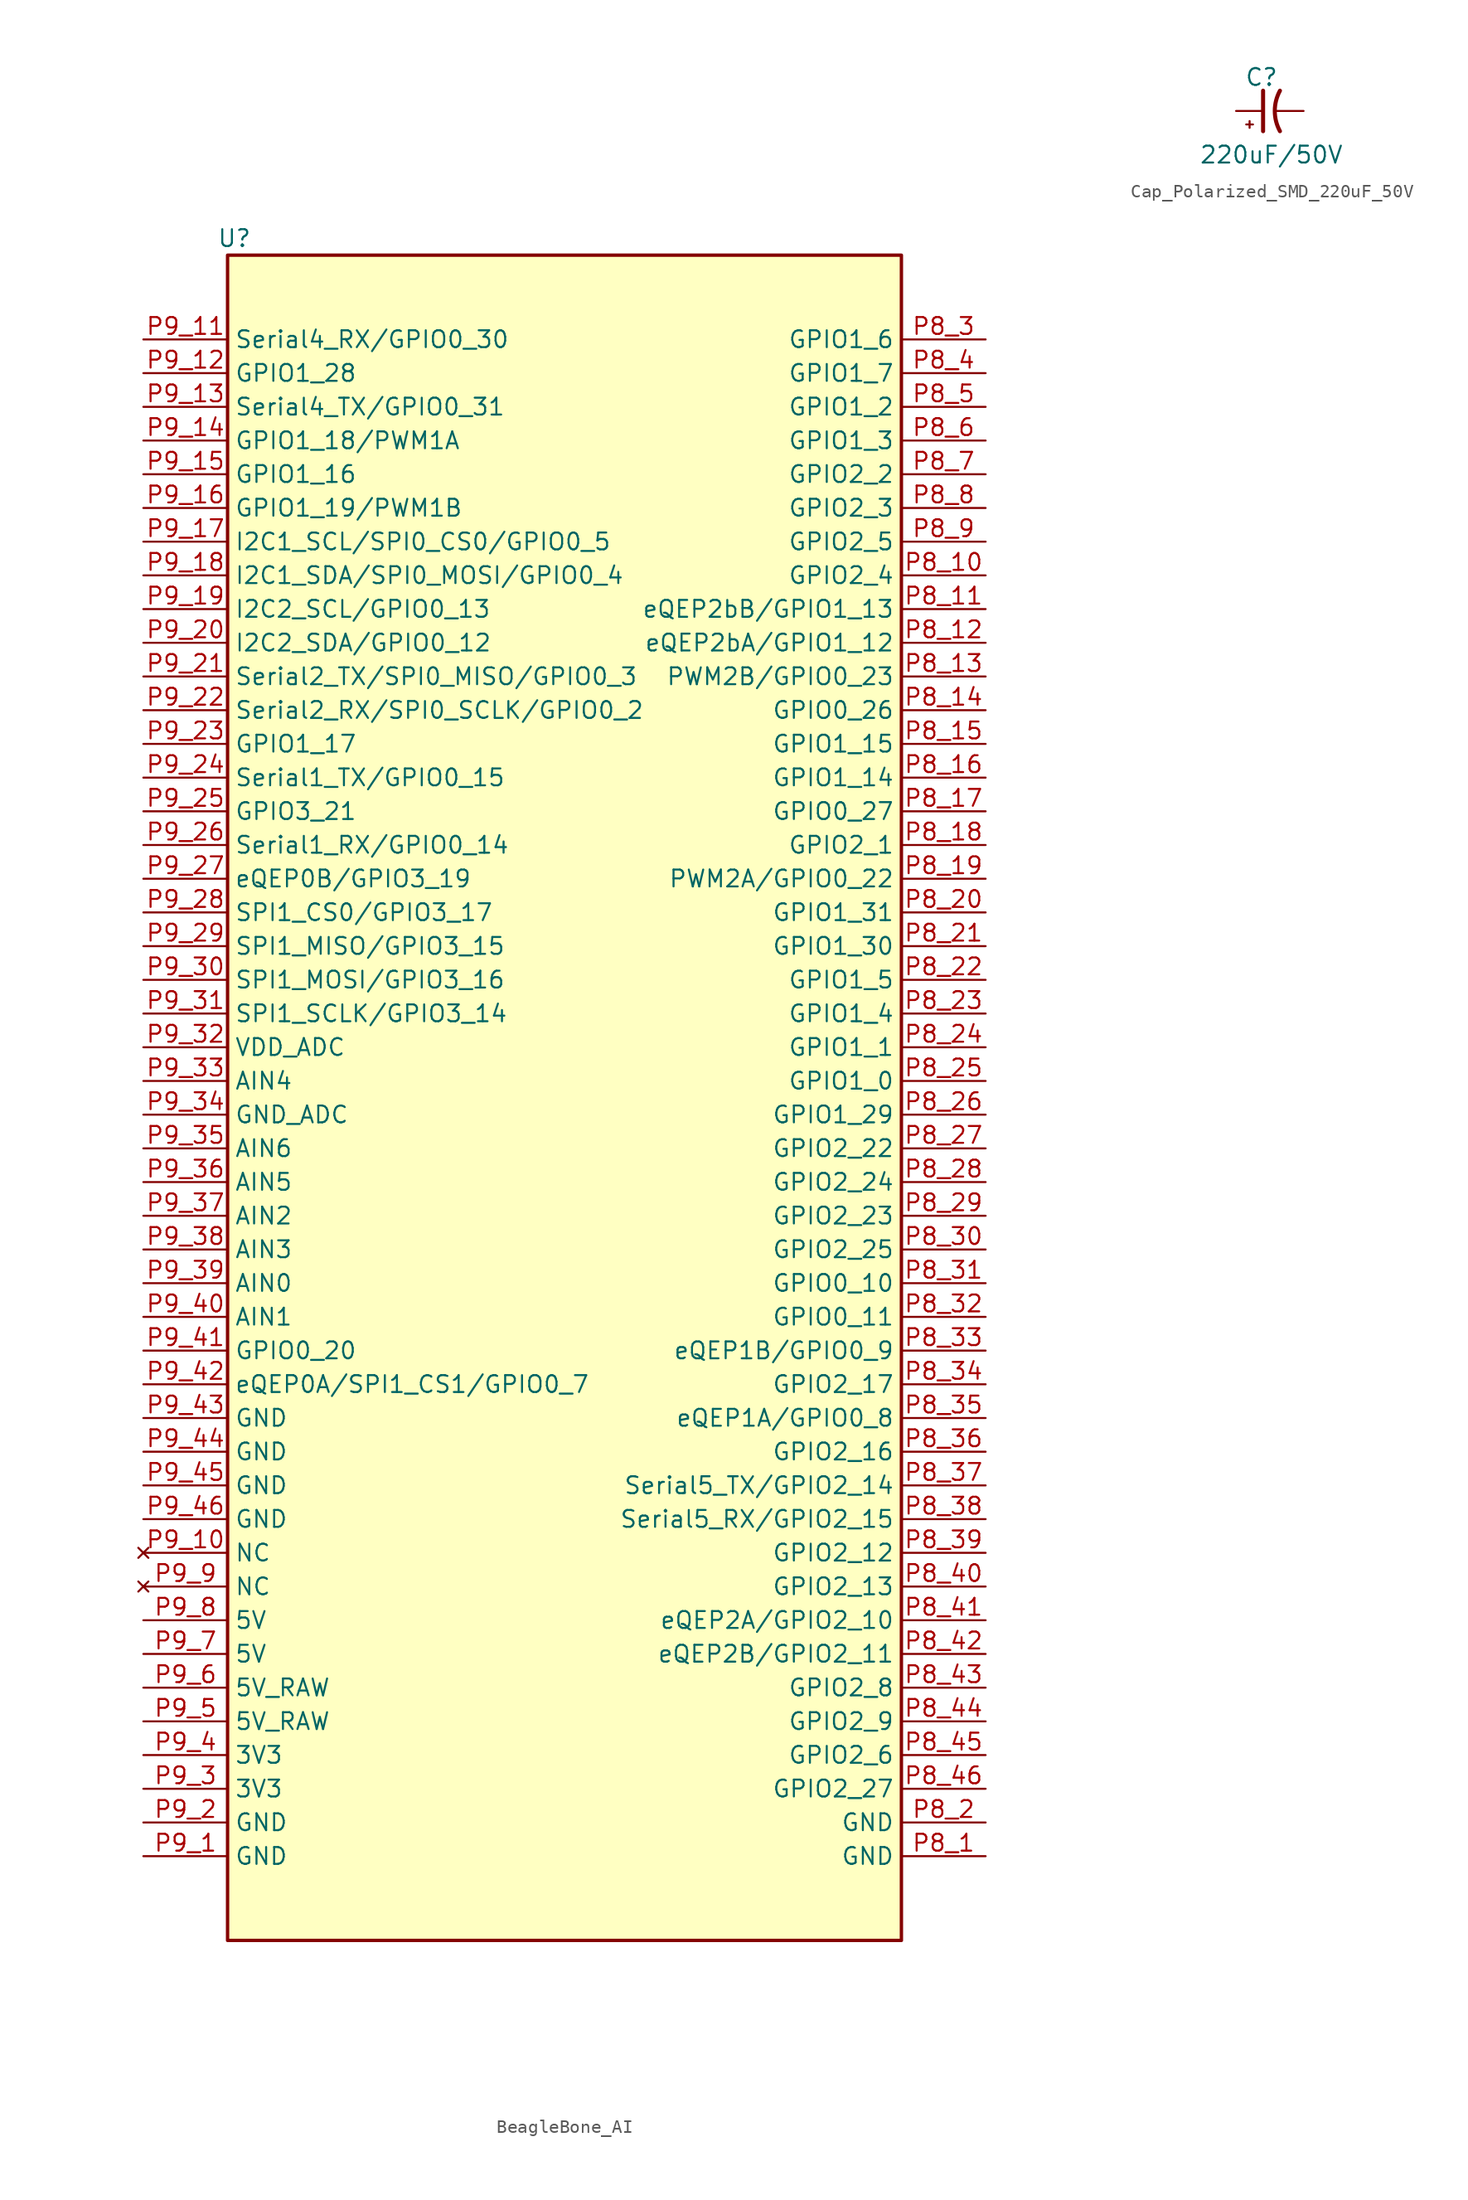
<source format=kicad_sym>
(kicad_symbol_lib
  (version 20241209)
  (generator "kicad_symbol_editor")
  (generator_version "9.0")
  (symbol "BeagleBone_AI"
    (property "Reference" "U"
      (at -24.892 64.77 0)
      (effects (font (size 1.27 1.27))))
    (property "Value" ""
      (at 0 0 0)
      (effects (font (size 1.27 1.27))))
    (symbol "BeagleBone_AI_0_1"
      (rectangle (start -25.4 63.5) (end 25.4 -63.5) (stroke (width 0.254) (type default)) (fill (type background))))
    (symbol "BeagleBone_AI_1_1"
      (pin bidirectional line (at -31.75 57.15 0) (length 6.35) (name "Serial4_RX/GPIO0_30" (effects (font (size 1.27 1.27)))) (number "P9_11" (effects (font (size 1.27 1.27)))))
      (pin bidirectional line (at -31.75 54.61 0) (length 6.35) (name "GPIO1_28" (effects (font (size 1.27 1.27)))) (number "P9_12" (effects (font (size 1.27 1.27)))))
      (pin bidirectional line (at -31.75 52.07 0) (length 6.35) (name "Serial4_TX/GPIO0_31" (effects (font (size 1.27 1.27)))) (number "P9_13" (effects (font (size 1.27 1.27)))))
      (pin bidirectional line (at -31.75 49.53 0) (length 6.35) (name "GPIO1_18/PWM1A" (effects (font (size 1.27 1.27)))) (number "P9_14" (effects (font (size 1.27 1.27)))))
      (pin bidirectional line (at -31.75 46.99 0) (length 6.35) (name "GPIO1_16" (effects (font (size 1.27 1.27)))) (number "P9_15" (effects (font (size 1.27 1.27)))))
      (pin bidirectional line (at -31.75 44.45 0) (length 6.35) (name "GPIO1_19/PWM1B" (effects (font (size 1.27 1.27)))) (number "P9_16" (effects (font (size 1.27 1.27)))))
      (pin bidirectional line (at -31.75 41.91 0) (length 6.35) (name "I2C1_SCL/SPI0_CS0/GPIO0_5" (effects (font (size 1.27 1.27)))) (number "P9_17" (effects (font (size 1.27 1.27)))))
      (pin bidirectional line (at -31.75 39.37 0) (length 6.35) (name "I2C1_SDA/SPI0_MOSI/GPIO0_4" (effects (font (size 1.27 1.27)))) (number "P9_18" (effects (font (size 1.27 1.27)))))
      (pin bidirectional line (at -31.75 36.83 0) (length 6.35) (name "I2C2_SCL/GPIO0_13" (effects (font (size 1.27 1.27)))) (number "P9_19" (effects (font (size 1.27 1.27)))))
      (pin bidirectional line (at -31.75 34.29 0) (length 6.35) (name "I2C2_SDA/GPIO0_12" (effects (font (size 1.27 1.27)))) (number "P9_20" (effects (font (size 1.27 1.27)))))
      (pin bidirectional line (at -31.75 31.75 0) (length 6.35) (name "Serial2_TX/SPI0_MISO/GPIO0_3" (effects (font (size 1.27 1.27)))) (number "P9_21" (effects (font (size 1.27 1.27)))))
      (pin bidirectional line (at -31.75 29.21 0) (length 6.35) (name "Serial2_RX/SPI0_SCLK/GPIO0_2" (effects (font (size 1.27 1.27)))) (number "P9_22" (effects (font (size 1.27 1.27)))))
      (pin bidirectional line (at -31.75 26.67 0) (length 6.35) (name "GPIO1_17" (effects (font (size 1.27 1.27)))) (number "P9_23" (effects (font (size 1.27 1.27)))))
      (pin bidirectional line (at -31.75 24.13 0) (length 6.35) (name "Serial1_TX/GPIO0_15" (effects (font (size 1.27 1.27)))) (number "P9_24" (effects (font (size 1.27 1.27)))))
      (pin bidirectional line (at -31.75 21.59 0) (length 6.35) (name "GPIO3_21" (effects (font (size 1.27 1.27)))) (number "P9_25" (effects (font (size 1.27 1.27)))))
      (pin bidirectional line (at -31.75 19.05 0) (length 6.35) (name "Serial1_RX/GPIO0_14" (effects (font (size 1.27 1.27)))) (number "P9_26" (effects (font (size 1.27 1.27)))))
      (pin bidirectional line (at -31.75 16.51 0) (length 6.35) (name "eQEP0B/GPIO3_19" (effects (font (size 1.27 1.27)))) (number "P9_27" (effects (font (size 1.27 1.27)))))
      (pin bidirectional line (at -31.75 13.97 0) (length 6.35) (name "SPI1_CS0/GPIO3_17" (effects (font (size 1.27 1.27)))) (number "P9_28" (effects (font (size 1.27 1.27)))))
      (pin bidirectional line (at -31.75 11.43 0) (length 6.35) (name "SPI1_MISO/GPIO3_15" (effects (font (size 1.27 1.27)))) (number "P9_29" (effects (font (size 1.27 1.27)))))
      (pin bidirectional line (at -31.75 8.89 0) (length 6.35) (name "SPI1_MOSI/GPIO3_16" (effects (font (size 1.27 1.27)))) (number "P9_30" (effects (font (size 1.27 1.27)))))
      (pin bidirectional line (at -31.75 6.35 0) (length 6.35) (name "SPI1_SCLK/GPIO3_14" (effects (font (size 1.27 1.27)))) (number "P9_31" (effects (font (size 1.27 1.27)))))
      (pin power_in line (at -31.75 3.81 0) (length 6.35) (name "VDD_ADC" (effects (font (size 1.27 1.27)))) (number "P9_32" (effects (font (size 1.27 1.27)))))
      (pin bidirectional line (at -31.75 1.27 0) (length 6.35) (name "AIN4" (effects (font (size 1.27 1.27)))) (number "P9_33" (effects (font (size 1.27 1.27)))))
      (pin passive line (at -31.75 -1.27 0) (length 6.35) (name "GND_ADC" (effects (font (size 1.27 1.27)))) (number "P9_34" (effects (font (size 1.27 1.27)))))
      (pin bidirectional line (at -31.75 -3.81 0) (length 6.35) (name "AIN6" (effects (font (size 1.27 1.27)))) (number "P9_35" (effects (font (size 1.27 1.27)))))
      (pin bidirectional line (at -31.75 -6.35 0) (length 6.35) (name "AIN5" (effects (font (size 1.27 1.27)))) (number "P9_36" (effects (font (size 1.27 1.27)))))
      (pin bidirectional line (at -31.75 -8.89 0) (length 6.35) (name "AIN2" (effects (font (size 1.27 1.27)))) (number "P9_37" (effects (font (size 1.27 1.27)))))
      (pin bidirectional line (at -31.75 -11.43 0) (length 6.35) (name "AIN3" (effects (font (size 1.27 1.27)))) (number "P9_38" (effects (font (size 1.27 1.27)))))
      (pin bidirectional line (at -31.75 -13.97 0) (length 6.35) (name "AIN0" (effects (font (size 1.27 1.27)))) (number "P9_39" (effects (font (size 1.27 1.27)))))
      (pin bidirectional line (at -31.75 -16.51 0) (length 6.35) (name "AIN1" (effects (font (size 1.27 1.27)))) (number "P9_40" (effects (font (size 1.27 1.27)))))
      (pin bidirectional line (at -31.75 -19.05 0) (length 6.35) (name "GPIO0_20" (effects (font (size 1.27 1.27)))) (number "P9_41" (effects (font (size 1.27 1.27)))))
      (pin bidirectional line (at -31.75 -21.59 0) (length 6.35) (name "eQEP0A/SPI1_CS1/GPIO0_7" (effects (font (size 1.27 1.27)))) (number "P9_42" (effects (font (size 1.27 1.27)))))
      (pin passive line (at -31.75 -24.13 0) (length 6.35) (name "GND" (effects (font (size 1.27 1.27)))) (number "P9_43" (effects (font (size 1.27 1.27)))))
      (pin passive line (at -31.75 -26.67 0) (length 6.35) (name "GND" (effects (font (size 1.27 1.27)))) (number "P9_44" (effects (font (size 1.27 1.27)))))
      (pin passive line (at -31.75 -29.21 0) (length 6.35) (name "GND" (effects (font (size 1.27 1.27)))) (number "P9_45" (effects (font (size 1.27 1.27)))))
      (pin passive line (at -31.75 -31.75 0) (length 6.35) (name "GND" (effects (font (size 1.27 1.27)))) (number "P9_46" (effects (font (size 1.27 1.27)))))
      (pin no_connect line (at -31.75 -34.29 0) (length 6.35) (name "NC" (effects (font (size 1.27 1.27)))) (number "P9_10" (effects (font (size 1.27 1.27)))))
      (pin no_connect line (at -31.75 -36.83 0) (length 6.35) (name "NC" (effects (font (size 1.27 1.27)))) (number "P9_9" (effects (font (size 1.27 1.27)))))
      (pin power_in line (at -31.75 -39.37 0) (length 6.35) (name "5V" (effects (font (size 1.27 1.27)))) (number "P9_8" (effects (font (size 1.27 1.27)))))
      (pin power_in line (at -31.75 -41.91 0) (length 6.35) (name "5V" (effects (font (size 1.27 1.27)))) (number "P9_7" (effects (font (size 1.27 1.27)))))
      (pin power_in line (at -31.75 -44.45 0) (length 6.35) (name "5V_RAW" (effects (font (size 1.27 1.27)))) (number "P9_6" (effects (font (size 1.27 1.27)))))
      (pin power_in line (at -31.75 -46.99 0) (length 6.35) (name "5V_RAW" (effects (font (size 1.27 1.27)))) (number "P9_5" (effects (font (size 1.27 1.27)))))
      (pin power_in line (at -31.75 -49.53 0) (length 6.35) (name "3V3" (effects (font (size 1.27 1.27)))) (number "P9_4" (effects (font (size 1.27 1.27)))))
      (pin power_in line (at -31.75 -52.07 0) (length 6.35) (name "3V3" (effects (font (size 1.27 1.27)))) (number "P9_3" (effects (font (size 1.27 1.27)))))
      (pin passive line (at -31.75 -54.61 0) (length 6.35) (name "GND" (effects (font (size 1.27 1.27)))) (number "P9_2" (effects (font (size 1.27 1.27)))))
      (pin passive line (at -31.75 -57.15 0) (length 6.35) (name "GND" (effects (font (size 1.27 1.27)))) (number "P9_1" (effects (font (size 1.27 1.27)))))
      (pin bidirectional line (at 31.75 57.15 180) (length 6.35) (name "GPIO1_6" (effects (font (size 1.27 1.27)))) (number "P8_3" (effects (font (size 1.27 1.27)))))
      (pin bidirectional line (at 31.75 54.61 180) (length 6.35) (name "GPIO1_7" (effects (font (size 1.27 1.27)))) (number "P8_4" (effects (font (size 1.27 1.27)))))
      (pin bidirectional line (at 31.75 52.07 180) (length 6.35) (name "GPIO1_2" (effects (font (size 1.27 1.27)))) (number "P8_5" (effects (font (size 1.27 1.27)))))
      (pin bidirectional line (at 31.75 49.53 180) (length 6.35) (name "GPIO1_3" (effects (font (size 1.27 1.27)))) (number "P8_6" (effects (font (size 1.27 1.27)))))
      (pin bidirectional line (at 31.75 46.99 180) (length 6.35) (name "GPIO2_2" (effects (font (size 1.27 1.27)))) (number "P8_7" (effects (font (size 1.27 1.27)))))
      (pin bidirectional line (at 31.75 44.45 180) (length 6.35) (name "GPIO2_3" (effects (font (size 1.27 1.27)))) (number "P8_8" (effects (font (size 1.27 1.27)))))
      (pin bidirectional line (at 31.75 41.91 180) (length 6.35) (name "GPIO2_5" (effects (font (size 1.27 1.27)))) (number "P8_9" (effects (font (size 1.27 1.27)))))
      (pin bidirectional line (at 31.75 39.37 180) (length 6.35) (name "GPIO2_4" (effects (font (size 1.27 1.27)))) (number "P8_10" (effects (font (size 1.27 1.27)))))
      (pin bidirectional line (at 31.75 36.83 180) (length 6.35) (name "eQEP2bB/GPIO1_13" (effects (font (size 1.27 1.27)))) (number "P8_11" (effects (font (size 1.27 1.27)))))
      (pin bidirectional line (at 31.75 34.29 180) (length 6.35) (name "eQEP2bA/GPIO1_12" (effects (font (size 1.27 1.27)))) (number "P8_12" (effects (font (size 1.27 1.27)))))
      (pin bidirectional line (at 31.75 31.75 180) (length 6.35) (name "PWM2B/GPIO0_23" (effects (font (size 1.27 1.27)))) (number "P8_13" (effects (font (size 1.27 1.27)))))
      (pin bidirectional line (at 31.75 29.21 180) (length 6.35) (name "GPIO0_26" (effects (font (size 1.27 1.27)))) (number "P8_14" (effects (font (size 1.27 1.27)))))
      (pin bidirectional line (at 31.75 26.67 180) (length 6.35) (name "GPIO1_15" (effects (font (size 1.27 1.27)))) (number "P8_15" (effects (font (size 1.27 1.27)))))
      (pin bidirectional line (at 31.75 24.13 180) (length 6.35) (name "GPIO1_14" (effects (font (size 1.27 1.27)))) (number "P8_16" (effects (font (size 1.27 1.27)))))
      (pin bidirectional line (at 31.75 21.59 180) (length 6.35) (name "GPIO0_27" (effects (font (size 1.27 1.27)))) (number "P8_17" (effects (font (size 1.27 1.27)))))
      (pin bidirectional line (at 31.75 19.05 180) (length 6.35) (name "GPIO2_1" (effects (font (size 1.27 1.27)))) (number "P8_18" (effects (font (size 1.27 1.27)))))
      (pin bidirectional line (at 31.75 16.51 180) (length 6.35) (name "PWM2A/GPIO0_22" (effects (font (size 1.27 1.27)))) (number "P8_19" (effects (font (size 1.27 1.27)))))
      (pin bidirectional line (at 31.75 13.97 180) (length 6.35) (name "GPIO1_31" (effects (font (size 1.27 1.27)))) (number "P8_20" (effects (font (size 1.27 1.27)))))
      (pin bidirectional line (at 31.75 11.43 180) (length 6.35) (name "GPIO1_30" (effects (font (size 1.27 1.27)))) (number "P8_21" (effects (font (size 1.27 1.27)))))
      (pin bidirectional line (at 31.75 8.89 180) (length 6.35) (name "GPIO1_5" (effects (font (size 1.27 1.27)))) (number "P8_22" (effects (font (size 1.27 1.27)))))
      (pin bidirectional line (at 31.75 6.35 180) (length 6.35) (name "GPIO1_4" (effects (font (size 1.27 1.27)))) (number "P8_23" (effects (font (size 1.27 1.27)))))
      (pin bidirectional line (at 31.75 3.81 180) (length 6.35) (name "GPIO1_1" (effects (font (size 1.27 1.27)))) (number "P8_24" (effects (font (size 1.27 1.27)))))
      (pin bidirectional line (at 31.75 1.27 180) (length 6.35) (name "GPIO1_0" (effects (font (size 1.27 1.27)))) (number "P8_25" (effects (font (size 1.27 1.27)))))
      (pin passive line (at 31.75 -1.27 180) (length 6.35) (name "GPIO1_29" (effects (font (size 1.27 1.27)))) (number "P8_26" (effects (font (size 1.27 1.27)))))
      (pin bidirectional line (at 31.75 -3.81 180) (length 6.35) (name "GPIO2_22" (effects (font (size 1.27 1.27)))) (number "P8_27" (effects (font (size 1.27 1.27)))))
      (pin bidirectional line (at 31.75 -6.35 180) (length 6.35) (name "GPIO2_24" (effects (font (size 1.27 1.27)))) (number "P8_28" (effects (font (size 1.27 1.27)))))
      (pin bidirectional line (at 31.75 -8.89 180) (length 6.35) (name "GPIO2_23" (effects (font (size 1.27 1.27)))) (number "P8_29" (effects (font (size 1.27 1.27)))))
      (pin bidirectional line (at 31.75 -11.43 180) (length 6.35) (name "GPIO2_25" (effects (font (size 1.27 1.27)))) (number "P8_30" (effects (font (size 1.27 1.27)))))
      (pin bidirectional line (at 31.75 -13.97 180) (length 6.35) (name "GPIO0_10" (effects (font (size 1.27 1.27)))) (number "P8_31" (effects (font (size 1.27 1.27)))))
      (pin bidirectional line (at 31.75 -16.51 180) (length 6.35) (name "GPIO0_11" (effects (font (size 1.27 1.27)))) (number "P8_32" (effects (font (size 1.27 1.27)))))
      (pin bidirectional line (at 31.75 -19.05 180) (length 6.35) (name "eQEP1B/GPIO0_9" (effects (font (size 1.27 1.27)))) (number "P8_33" (effects (font (size 1.27 1.27)))))
      (pin bidirectional line (at 31.75 -21.59 180) (length 6.35) (name "GPIO2_17" (effects (font (size 1.27 1.27)))) (number "P8_34" (effects (font (size 1.27 1.27)))))
      (pin bidirectional line (at 31.75 -24.13 180) (length 6.35) (name "eQEP1A/GPIO0_8" (effects (font (size 1.27 1.27)))) (number "P8_35" (effects (font (size 1.27 1.27)))))
      (pin bidirectional line (at 31.75 -26.67 180) (length 6.35) (name "GPIO2_16" (effects (font (size 1.27 1.27)))) (number "P8_36" (effects (font (size 1.27 1.27)))))
      (pin bidirectional line (at 31.75 -29.21 180) (length 6.35) (name "Serial5_TX/GPIO2_14" (effects (font (size 1.27 1.27)))) (number "P8_37" (effects (font (size 1.27 1.27)))))
      (pin bidirectional line (at 31.75 -31.75 180) (length 6.35) (name "Serial5_RX/GPIO2_15" (effects (font (size 1.27 1.27)))) (number "P8_38" (effects (font (size 1.27 1.27)))))
      (pin bidirectional line (at 31.75 -34.29 180) (length 6.35) (name "GPIO2_12" (effects (font (size 1.27 1.27)))) (number "P8_39" (effects (font (size 1.27 1.27)))))
      (pin bidirectional line (at 31.75 -36.83 180) (length 6.35) (name "GPIO2_13" (effects (font (size 1.27 1.27)))) (number "P8_40" (effects (font (size 1.27 1.27)))))
      (pin bidirectional line (at 31.75 -39.37 180) (length 6.35) (name "eQEP2A/GPIO2_10" (effects (font (size 1.27 1.27)))) (number "P8_41" (effects (font (size 1.27 1.27)))))
      (pin bidirectional line (at 31.75 -41.91 180) (length 6.35) (name "eQEP2B/GPIO2_11" (effects (font (size 1.27 1.27)))) (number "P8_42" (effects (font (size 1.27 1.27)))))
      (pin bidirectional line (at 31.75 -44.45 180) (length 6.35) (name "GPIO2_8" (effects (font (size 1.27 1.27)))) (number "P8_43" (effects (font (size 1.27 1.27)))))
      (pin bidirectional line (at 31.75 -46.99 180) (length 6.35) (name "GPIO2_9" (effects (font (size 1.27 1.27)))) (number "P8_44" (effects (font (size 1.27 1.27)))))
      (pin bidirectional line (at 31.75 -49.53 180) (length 6.35) (name "GPIO2_6" (effects (font (size 1.27 1.27)))) (number "P8_45" (effects (font (size 1.27 1.27)))))
      (pin bidirectional line (at 31.75 -52.07 180) (length 6.35) (name "GPIO2_27" (effects (font (size 1.27 1.27)))) (number "P8_46" (effects (font (size 1.27 1.27)))))
      (pin passive line (at 31.75 -54.61 180) (length 6.35) (name "GND" (effects (font (size 1.27 1.27)))) (number "P8_2" (effects (font (size 1.27 1.27)))))
      (pin passive line (at 31.75 -57.15 180) (length 6.35) (name "GND" (effects (font (size 1.27 1.27)))) (number "P8_1" (effects (font (size 1.27 1.27)))))))
  (symbol "Cap_Polarized_SMD_220uF_50V"
    (pin_numbers
      (hide yes))
    (pin_names
      (offset 0.254))
    (property "Reference" "C"
      (at -1.905 2.54 0)
      (effects (font (size 1.27 1.27)) (justify left)))
    (property "Value" "220uF/50V"
      (at -5.334 -3.302 0)
      (effects (font (size 1.27 1.27)) (justify left)))
    (symbol "Cap_Polarized_SMD_220uF_50V_0_1"
      (polyline (pts (xy -1.524 -1.27) (xy -1.524 -0.762)) (stroke (width 0) (type default)) (fill (type none)))
      (polyline (pts (xy -1.27 -1.016) (xy -1.778 -1.016)) (stroke (width 0) (type default)) (fill (type none)))
      (polyline (pts (xy -0.508 -1.524) (xy -0.508 1.524)) (stroke (width 0.305) (type default)) (fill (type none)))
      (arc (start 0.762 -1.524) (mid 0.3734 0) (end 0.762 1.524) (stroke (width 0.3048) (type default)) (fill (type none))))
    (symbol "Cap_Polarized_SMD_220uF_50V_1_1"
      (pin passive line (at -2.54 0 0) (length 2.032) (name "~" (effects (font (size 1.27 1.27)))) (number "1" (effects (font (size 1.27 1.27)))))
      (pin passive line (at 2.54 0 180) (length 2.032) (name "~" (effects (font (size 1.27 1.27)))) (number "2" (effects (font (size 1.27 1.27))))))))
</source>
